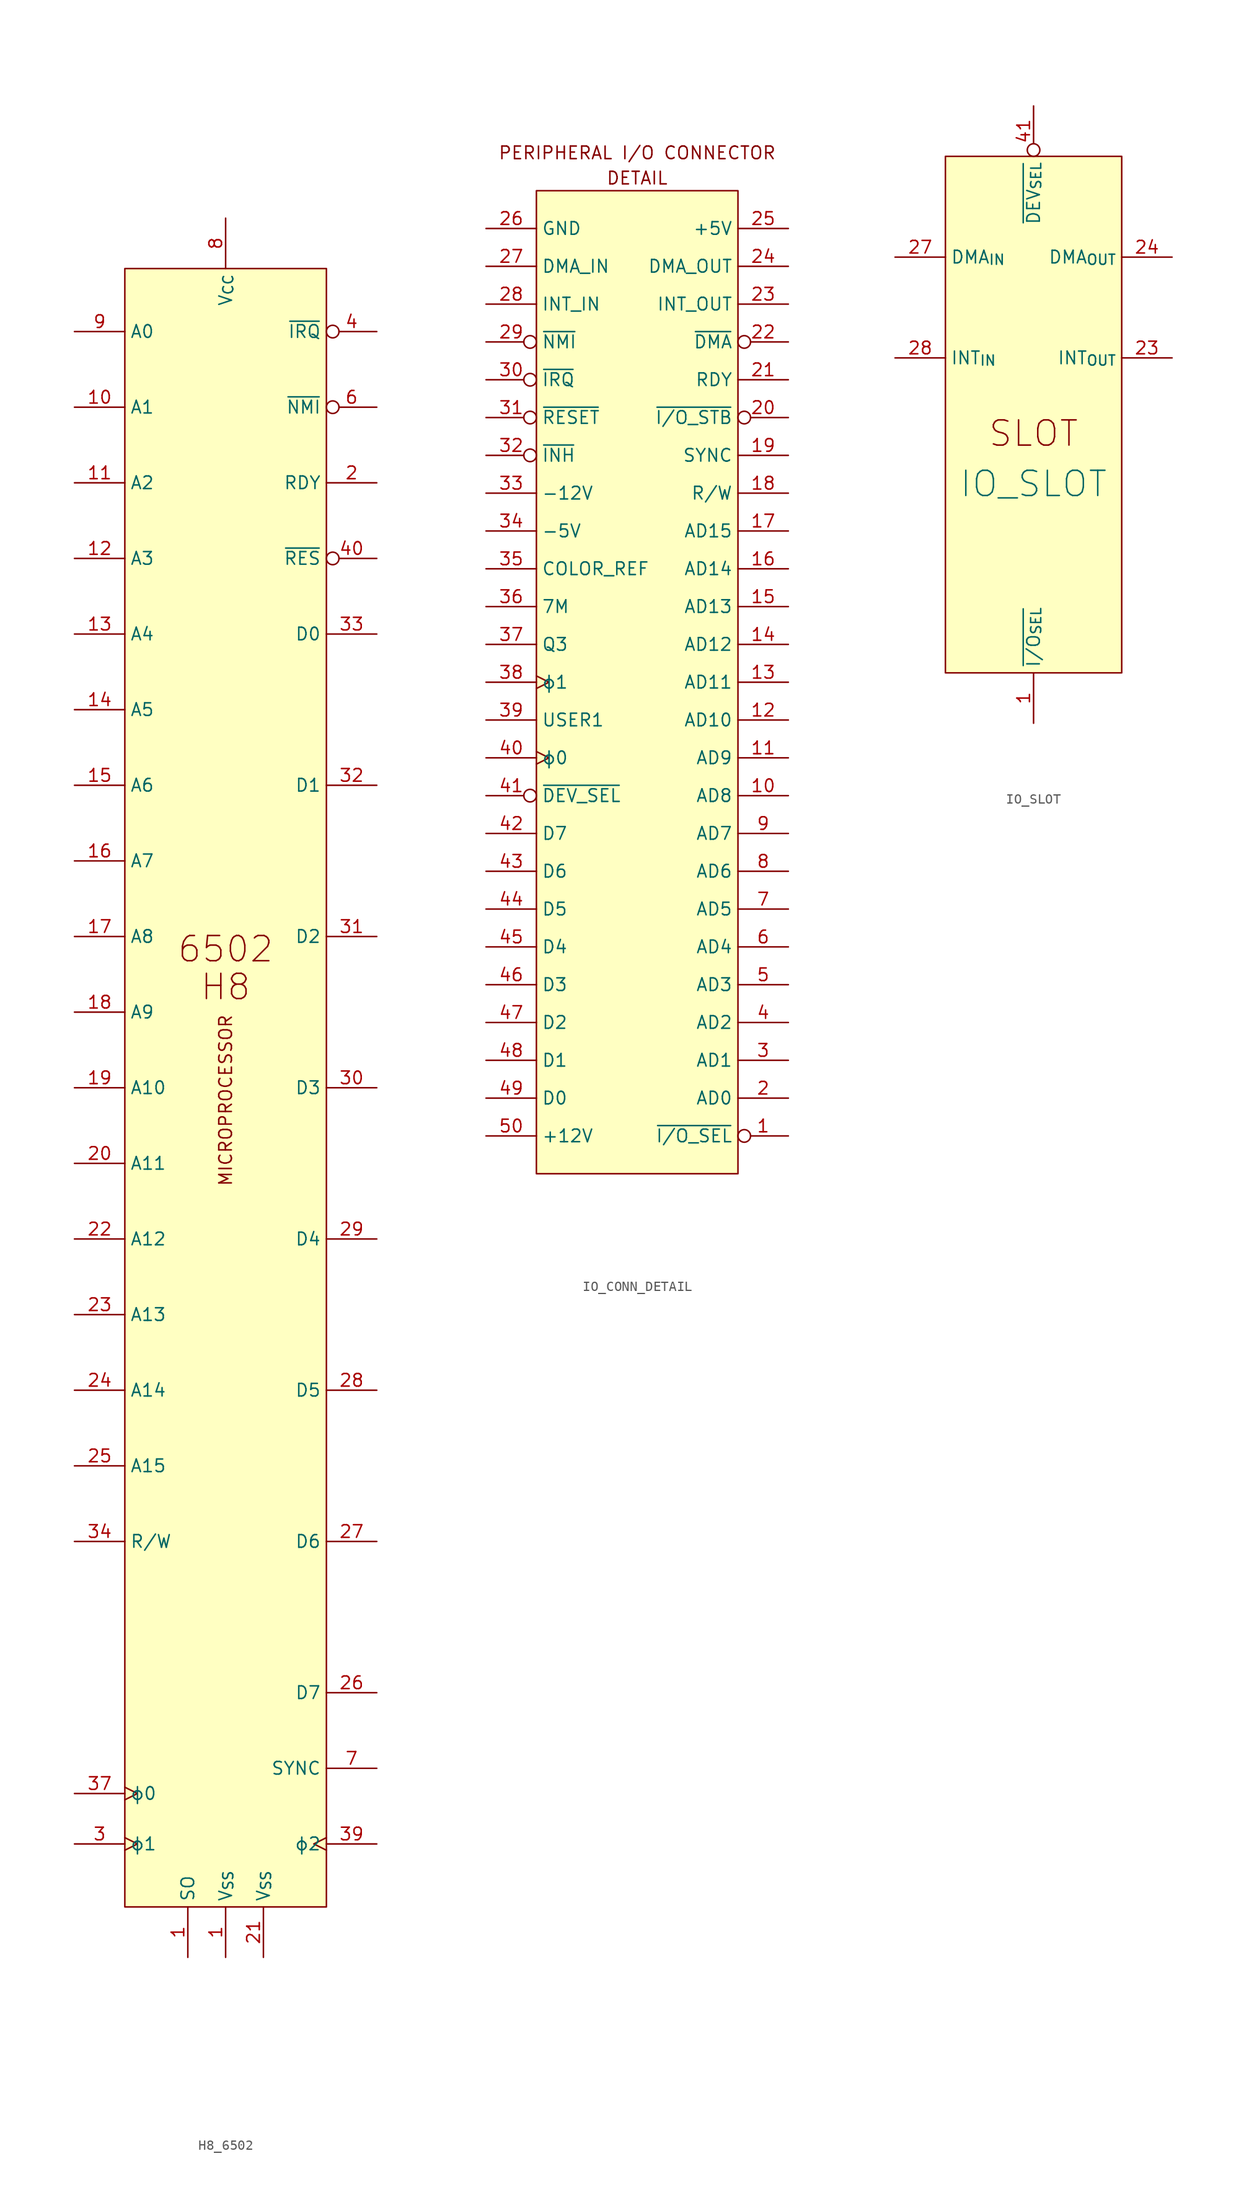
<source format=kicad_sym>
(kicad_symbol_lib
  (version 20211014)
  (generator kicad_symbol_editor)
  (symbol "H8_6502"
    (property "Reference" "U"
      (at -20.32 15.24 0)
      (effects (font (size 1.27 1.27)) hide))
    (symbol "H8_6502_0_0"
      (rectangle (start 0 0) (end 20.32 -165.1) (stroke (width 0) (type default) (color 0 0 0 0)) (fill (type background)))
      (text "6502" (at 10.16 -68.58 0) (effects (font (size 2.54 2.54))))
      (text "H8" (at 10.16 -72.39 0) (effects (font (size 2.54 2.54))))
      (text "MICROPROCESSOR" (at 10.16 -83.82 900) (effects (font (size 1.27 1.27)))))
    (symbol "H8_6502_1_0"
      (pin passive line (at 6.35 -170.18 90) (length 5.08) (name "SO" (effects (font (size 1.27 1.27)))) (number "1" (effects (font (size 1.27 1.27)))))
      (pin passive line (at 10.16 -170.18 90) (length 5.08) (name "V_{SS}" (effects (font (size 1.27 1.27)))) (number "1" (effects (font (size 1.27 1.27)))))
      (pin passive line (at -5.08 -13.97 0) (length 5.08) (name "A1" (effects (font (size 1.27 1.27)))) (number "10" (effects (font (size 1.27 1.27)))))
      (pin passive line (at -5.08 -21.59 0) (length 5.08) (name "A2" (effects (font (size 1.27 1.27)))) (number "11" (effects (font (size 1.27 1.27)))))
      (pin passive line (at -5.08 -29.21 0) (length 5.08) (name "A3" (effects (font (size 1.27 1.27)))) (number "12" (effects (font (size 1.27 1.27)))))
      (pin passive line (at -5.08 -36.83 0) (length 5.08) (name "A4" (effects (font (size 1.27 1.27)))) (number "13" (effects (font (size 1.27 1.27)))))
      (pin passive line (at -5.08 -44.45 0) (length 5.08) (name "A5" (effects (font (size 1.27 1.27)))) (number "14" (effects (font (size 1.27 1.27)))))
      (pin passive line (at -5.08 -52.07 0) (length 5.08) (name "A6" (effects (font (size 1.27 1.27)))) (number "15" (effects (font (size 1.27 1.27)))))
      (pin passive line (at -5.08 -59.69 0) (length 5.08) (name "A7" (effects (font (size 1.27 1.27)))) (number "16" (effects (font (size 1.27 1.27)))))
      (pin passive line (at -5.08 -67.31 0) (length 5.08) (name "A8" (effects (font (size 1.27 1.27)))) (number "17" (effects (font (size 1.27 1.27)))))
      (pin passive line (at -5.08 -74.93 0) (length 5.08) (name "A9" (effects (font (size 1.27 1.27)))) (number "18" (effects (font (size 1.27 1.27)))))
      (pin passive line (at -5.08 -82.55 0) (length 5.08) (name "A10" (effects (font (size 1.27 1.27)))) (number "19" (effects (font (size 1.27 1.27)))))
      (pin passive line (at 25.4 -21.59 180) (length 5.08) (name "RDY" (effects (font (size 1.27 1.27)))) (number "2" (effects (font (size 1.27 1.27)))))
      (pin passive line (at -5.08 -90.17 0) (length 5.08) (name "A11" (effects (font (size 1.27 1.27)))) (number "20" (effects (font (size 1.27 1.27)))))
      (pin passive line (at 13.97 -170.18 90) (length 5.08) (name "V_{SS}" (effects (font (size 1.27 1.27)))) (number "21" (effects (font (size 1.27 1.27)))))
      (pin passive line (at -5.08 -97.79 0) (length 5.08) (name "A12" (effects (font (size 1.27 1.27)))) (number "22" (effects (font (size 1.27 1.27)))))
      (pin passive line (at -5.08 -105.41 0) (length 5.08) (name "A13" (effects (font (size 1.27 1.27)))) (number "23" (effects (font (size 1.27 1.27)))))
      (pin passive line (at -5.08 -113.03 0) (length 5.08) (name "A14" (effects (font (size 1.27 1.27)))) (number "24" (effects (font (size 1.27 1.27)))))
      (pin passive line (at -5.08 -120.65 0) (length 5.08) (name "A15" (effects (font (size 1.27 1.27)))) (number "25" (effects (font (size 1.27 1.27)))))
      (pin passive line (at 25.4 -143.51 180) (length 5.08) (name "D7" (effects (font (size 1.27 1.27)))) (number "26" (effects (font (size 1.27 1.27)))))
      (pin passive line (at 25.4 -128.27 180) (length 5.08) (name "D6" (effects (font (size 1.27 1.27)))) (number "27" (effects (font (size 1.27 1.27)))))
      (pin passive line (at 25.4 -113.03 180) (length 5.08) (name "D5" (effects (font (size 1.27 1.27)))) (number "28" (effects (font (size 1.27 1.27)))))
      (pin passive line (at 25.4 -97.79 180) (length 5.08) (name "D4" (effects (font (size 1.27 1.27)))) (number "29" (effects (font (size 1.27 1.27)))))
      (pin passive clock (at -5.08 -158.75 0) (length 5.08) (name "ɸ1" (effects (font (size 1.27 1.27)))) (number "3" (effects (font (size 1.27 1.27)))))
      (pin passive line (at 25.4 -82.55 180) (length 5.08) (name "D3" (effects (font (size 1.27 1.27)))) (number "30" (effects (font (size 1.27 1.27)))))
      (pin passive line (at 25.4 -67.31 180) (length 5.08) (name "D2" (effects (font (size 1.27 1.27)))) (number "31" (effects (font (size 1.27 1.27)))))
      (pin passive line (at 25.4 -52.07 180) (length 5.08) (name "D1" (effects (font (size 1.27 1.27)))) (number "32" (effects (font (size 1.27 1.27)))))
      (pin passive line (at 25.4 -36.83 180) (length 5.08) (name "D0" (effects (font (size 1.27 1.27)))) (number "33" (effects (font (size 1.27 1.27)))))
      (pin passive line (at -5.08 -128.27 0) (length 5.08) (name "R/W" (effects (font (size 1.27 1.27)))) (number "34" (effects (font (size 1.27 1.27)))))
      (pin passive clock (at -5.08 -153.67 0) (length 5.08) (name "ɸ0" (effects (font (size 1.27 1.27)))) (number "37" (effects (font (size 1.27 1.27)))))
      (pin passive clock (at 25.4 -158.75 180) (length 5.08) (name "ɸ2" (effects (font (size 1.27 1.27)))) (number "39" (effects (font (size 1.27 1.27)))))
      (pin passive inverted (at 25.4 -6.35 180) (length 5.08) (name "~{IRQ}" (effects (font (size 1.27 1.27)))) (number "4" (effects (font (size 1.27 1.27)))))
      (pin passive inverted (at 25.4 -29.21 180) (length 5.08) (name "~{RES}" (effects (font (size 1.27 1.27)))) (number "40" (effects (font (size 1.27 1.27)))))
      (pin passive inverted (at 25.4 -13.97 180) (length 5.08) (name "~{NMI}" (effects (font (size 1.27 1.27)))) (number "6" (effects (font (size 1.27 1.27)))))
      (pin passive line (at 25.4 -151.13 180) (length 5.08) (name "SYNC" (effects (font (size 1.27 1.27)))) (number "7" (effects (font (size 1.27 1.27)))))
      (pin passive line (at 10.16 5.08 270) (length 5.08) (name "V_{CC}" (effects (font (size 1.27 1.27)))) (number "8" (effects (font (size 1.27 1.27)))))
      (pin passive line (at -5.08 -6.35 0) (length 5.08) (name "A0" (effects (font (size 1.27 1.27)))) (number "9" (effects (font (size 1.27 1.27)))))))
  (symbol "IO_CONN_DETAIL"
    (property "Reference" "CN"
      (at -25.4 16.51 0)
      (effects (font (size 1.27 1.27)) hide))
    (symbol "IO_CONN_DETAIL_0_0"
      (rectangle (start 0 0) (end 20.32 -99.06) (stroke (width 0) (type default) (color 0 0 0 0)) (fill (type background)))
      (text "DETAIL" (at 10.16 1.27 0) (effects (font (size 1.27 1.27))))
      (text "PERIPHERAL I/O CONNECTOR" (at 10.16 3.81 0) (effects (font (size 1.27 1.27)))))
    (symbol "IO_CONN_DETAIL_1_0"
      (pin passive inverted (at 25.4 -95.25 180) (length 5.08) (name "~{I/O_SEL}" (effects (font (size 1.27 1.27)))) (number "1" (effects (font (size 1.27 1.27)))))
      (pin passive line (at 25.4 -60.96 180) (length 5.08) (name "AD8" (effects (font (size 1.27 1.27)))) (number "10" (effects (font (size 1.27 1.27)))))
      (pin passive line (at 25.4 -57.15 180) (length 5.08) (name "AD9" (effects (font (size 1.27 1.27)))) (number "11" (effects (font (size 1.27 1.27)))))
      (pin passive line (at 25.4 -53.34 180) (length 5.08) (name "AD10" (effects (font (size 1.27 1.27)))) (number "12" (effects (font (size 1.27 1.27)))))
      (pin passive line (at 25.4 -49.53 180) (length 5.08) (name "AD11" (effects (font (size 1.27 1.27)))) (number "13" (effects (font (size 1.27 1.27)))))
      (pin passive line (at 25.4 -45.72 180) (length 5.08) (name "AD12" (effects (font (size 1.27 1.27)))) (number "14" (effects (font (size 1.27 1.27)))))
      (pin passive line (at 25.4 -41.91 180) (length 5.08) (name "AD13" (effects (font (size 1.27 1.27)))) (number "15" (effects (font (size 1.27 1.27)))))
      (pin passive line (at 25.4 -38.1 180) (length 5.08) (name "AD14" (effects (font (size 1.27 1.27)))) (number "16" (effects (font (size 1.27 1.27)))))
      (pin passive line (at 25.4 -34.29 180) (length 5.08) (name "AD15" (effects (font (size 1.27 1.27)))) (number "17" (effects (font (size 1.27 1.27)))))
      (pin passive line (at 25.4 -30.48 180) (length 5.08) (name "R/W" (effects (font (size 1.27 1.27)))) (number "18" (effects (font (size 1.27 1.27)))))
      (pin passive line (at 25.4 -26.67 180) (length 5.08) (name "SYNC" (effects (font (size 1.27 1.27)))) (number "19" (effects (font (size 1.27 1.27)))))
      (pin passive line (at 25.4 -91.44 180) (length 5.08) (name "AD0" (effects (font (size 1.27 1.27)))) (number "2" (effects (font (size 1.27 1.27)))))
      (pin passive inverted (at 25.4 -22.86 180) (length 5.08) (name "~{I/O_STB}" (effects (font (size 1.27 1.27)))) (number "20" (effects (font (size 1.27 1.27)))))
      (pin passive line (at 25.4 -19.05 180) (length 5.08) (name "RDY" (effects (font (size 1.27 1.27)))) (number "21" (effects (font (size 1.27 1.27)))))
      (pin passive inverted (at 25.4 -15.24 180) (length 5.08) (name "~{DMA}" (effects (font (size 1.27 1.27)))) (number "22" (effects (font (size 1.27 1.27)))))
      (pin passive line (at 25.4 -11.43 180) (length 5.08) (name "INT_OUT" (effects (font (size 1.27 1.27)))) (number "23" (effects (font (size 1.27 1.27)))))
      (pin passive line (at 25.4 -7.62 180) (length 5.08) (name "DMA_OUT" (effects (font (size 1.27 1.27)))) (number "24" (effects (font (size 1.27 1.27)))))
      (pin passive line (at 25.4 -3.81 180) (length 5.08) (name "+5V" (effects (font (size 1.27 1.27)))) (number "25" (effects (font (size 1.27 1.27)))))
      (pin passive line (at -5.08 -3.81 0) (length 5.08) (name "GND" (effects (font (size 1.27 1.27)))) (number "26" (effects (font (size 1.27 1.27)))))
      (pin passive line (at -5.08 -7.62 0) (length 5.08) (name "DMA_IN" (effects (font (size 1.27 1.27)))) (number "27" (effects (font (size 1.27 1.27)))))
      (pin passive line (at -5.08 -11.43 0) (length 5.08) (name "INT_IN" (effects (font (size 1.27 1.27)))) (number "28" (effects (font (size 1.27 1.27)))))
      (pin passive inverted (at -5.08 -15.24 0) (length 5.08) (name "~{NMI}" (effects (font (size 1.27 1.27)))) (number "29" (effects (font (size 1.27 1.27)))))
      (pin passive line (at 25.4 -87.63 180) (length 5.08) (name "AD1" (effects (font (size 1.27 1.27)))) (number "3" (effects (font (size 1.27 1.27)))))
      (pin passive inverted (at -5.08 -19.05 0) (length 5.08) (name "~{IRQ}" (effects (font (size 1.27 1.27)))) (number "30" (effects (font (size 1.27 1.27)))))
      (pin passive inverted (at -5.08 -22.86 0) (length 5.08) (name "~{RESET}" (effects (font (size 1.27 1.27)))) (number "31" (effects (font (size 1.27 1.27)))))
      (pin passive inverted (at -5.08 -26.67 0) (length 5.08) (name "~{INH}" (effects (font (size 1.27 1.27)))) (number "32" (effects (font (size 1.27 1.27)))))
      (pin passive line (at -5.08 -30.48 0) (length 5.08) (name "-12V" (effects (font (size 1.27 1.27)))) (number "33" (effects (font (size 1.27 1.27)))))
      (pin passive line (at -5.08 -34.29 0) (length 5.08) (name "-5V" (effects (font (size 1.27 1.27)))) (number "34" (effects (font (size 1.27 1.27)))))
      (pin passive line (at -5.08 -38.1 0) (length 5.08) (name "COLOR_REF" (effects (font (size 1.27 1.27)))) (number "35" (effects (font (size 1.27 1.27)))))
      (pin passive line (at -5.08 -41.91 0) (length 5.08) (name "7M" (effects (font (size 1.27 1.27)))) (number "36" (effects (font (size 1.27 1.27)))))
      (pin passive line (at -5.08 -45.72 0) (length 5.08) (name "Q3" (effects (font (size 1.27 1.27)))) (number "37" (effects (font (size 1.27 1.27)))))
      (pin passive clock (at -5.08 -49.53 0) (length 5.08) (name "ɸ1" (effects (font (size 1.27 1.27)))) (number "38" (effects (font (size 1.27 1.27)))))
      (pin passive line (at -5.08 -53.34 0) (length 5.08) (name "USER1" (effects (font (size 1.27 1.27)))) (number "39" (effects (font (size 1.27 1.27)))))
      (pin passive line (at 25.4 -83.82 180) (length 5.08) (name "AD2" (effects (font (size 1.27 1.27)))) (number "4" (effects (font (size 1.27 1.27)))))
      (pin passive clock (at -5.08 -57.15 0) (length 5.08) (name "ɸ0" (effects (font (size 1.27 1.27)))) (number "40" (effects (font (size 1.27 1.27)))))
      (pin passive inverted (at -5.08 -60.96 0) (length 5.08) (name "~{DEV_SEL}" (effects (font (size 1.27 1.27)))) (number "41" (effects (font (size 1.27 1.27)))))
      (pin passive line (at -5.08 -64.77 0) (length 5.08) (name "D7" (effects (font (size 1.27 1.27)))) (number "42" (effects (font (size 1.27 1.27)))))
      (pin passive line (at -5.08 -68.58 0) (length 5.08) (name "D6" (effects (font (size 1.27 1.27)))) (number "43" (effects (font (size 1.27 1.27)))))
      (pin passive line (at -5.08 -72.39 0) (length 5.08) (name "D5" (effects (font (size 1.27 1.27)))) (number "44" (effects (font (size 1.27 1.27)))))
      (pin passive line (at -5.08 -76.2 0) (length 5.08) (name "D4" (effects (font (size 1.27 1.27)))) (number "45" (effects (font (size 1.27 1.27)))))
      (pin passive line (at -5.08 -80.01 0) (length 5.08) (name "D3" (effects (font (size 1.27 1.27)))) (number "46" (effects (font (size 1.27 1.27)))))
      (pin passive line (at -5.08 -83.82 0) (length 5.08) (name "D2" (effects (font (size 1.27 1.27)))) (number "47" (effects (font (size 1.27 1.27)))))
      (pin passive line (at -5.08 -87.63 0) (length 5.08) (name "D1" (effects (font (size 1.27 1.27)))) (number "48" (effects (font (size 1.27 1.27)))))
      (pin passive line (at -5.08 -91.44 0) (length 5.08) (name "D0" (effects (font (size 1.27 1.27)))) (number "49" (effects (font (size 1.27 1.27)))))
      (pin passive line (at 25.4 -80.01 180) (length 5.08) (name "AD3" (effects (font (size 1.27 1.27)))) (number "5" (effects (font (size 1.27 1.27)))))
      (pin passive line (at -5.08 -95.25 0) (length 5.08) (name "+12V" (effects (font (size 1.27 1.27)))) (number "50" (effects (font (size 1.27 1.27)))))
      (pin passive line (at 25.4 -76.2 180) (length 5.08) (name "AD4" (effects (font (size 1.27 1.27)))) (number "6" (effects (font (size 1.27 1.27)))))
      (pin passive line (at 25.4 -72.39 180) (length 5.08) (name "AD5" (effects (font (size 1.27 1.27)))) (number "7" (effects (font (size 1.27 1.27)))))
      (pin passive line (at 25.4 -68.58 180) (length 5.08) (name "AD6" (effects (font (size 1.27 1.27)))) (number "8" (effects (font (size 1.27 1.27)))))
      (pin passive line (at 25.4 -64.77 180) (length 5.08) (name "AD7" (effects (font (size 1.27 1.27)))) (number "9" (effects (font (size 1.27 1.27)))))))
  (symbol "IO_SLOT"
    (property "Reference" "S"
      (at -14.605 12.7 0)
      (effects (font (size 1.27 1.27)) hide))
    (property "Value" "IO_SLOT"
      (at 8.89 -33.02 0)
      (effects (font (size 2.54 2.54))))
    (symbol "IO_SLOT_0_0"
      (rectangle (start 0 0) (end 17.78 -52.07) (stroke (width 0) (type default) (color 0 0 0 0)) (fill (type background)))
      (text "SLOT" (at 8.89 -27.94 0) (effects (font (size 2.54 2.54)))))
    (symbol "IO_SLOT_1_0"
      (pin passive line (at 8.89 -57.15 90) (length 5.08) (name "~{I/O_{SEL}}" (effects (font (size 1.27 1.27)))) (number "1" (effects (font (size 1.27 1.27)))))
      (pin passive line (at 22.86 -20.32 180) (length 5.08) (name "INT_{OUT}" (effects (font (size 1.27 1.27)))) (number "23" (effects (font (size 1.27 1.27)))))
      (pin passive line (at 22.86 -10.16 180) (length 5.08) (name "DMA_{OUT}" (effects (font (size 1.27 1.27)))) (number "24" (effects (font (size 1.27 1.27)))))
      (pin passive line (at -5.08 -10.16 0) (length 5.08) (name "DMA_{IN}" (effects (font (size 1.27 1.27)))) (number "27" (effects (font (size 1.27 1.27)))))
      (pin passive line (at -5.08 -20.32 0) (length 5.08) (name "INT_{IN}" (effects (font (size 1.27 1.27)))) (number "28" (effects (font (size 1.27 1.27)))))
      (pin passive inverted (at 8.89 5.08 270) (length 5.08) (name "~{DEV_{SEL}}" (effects (font (size 1.27 1.27)))) (number "41" (effects (font (size 1.27 1.27))))))))
</source>
